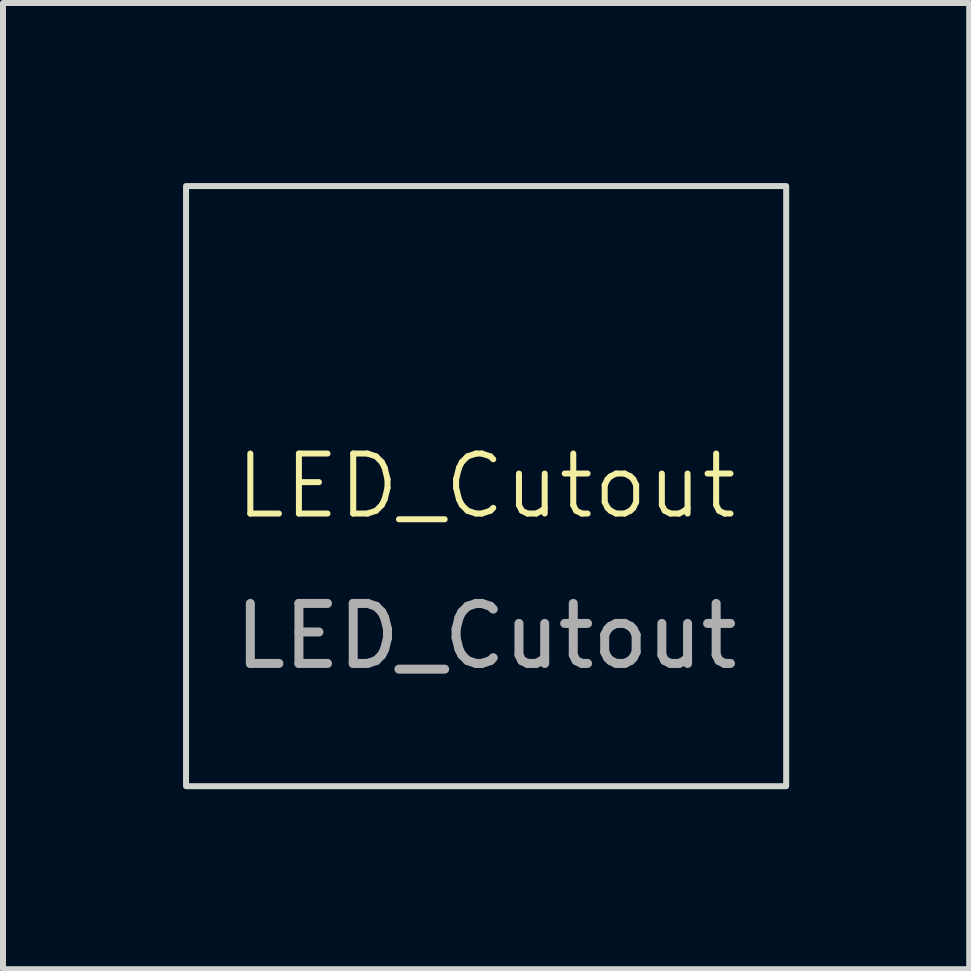
<source format=kicad_pcb>
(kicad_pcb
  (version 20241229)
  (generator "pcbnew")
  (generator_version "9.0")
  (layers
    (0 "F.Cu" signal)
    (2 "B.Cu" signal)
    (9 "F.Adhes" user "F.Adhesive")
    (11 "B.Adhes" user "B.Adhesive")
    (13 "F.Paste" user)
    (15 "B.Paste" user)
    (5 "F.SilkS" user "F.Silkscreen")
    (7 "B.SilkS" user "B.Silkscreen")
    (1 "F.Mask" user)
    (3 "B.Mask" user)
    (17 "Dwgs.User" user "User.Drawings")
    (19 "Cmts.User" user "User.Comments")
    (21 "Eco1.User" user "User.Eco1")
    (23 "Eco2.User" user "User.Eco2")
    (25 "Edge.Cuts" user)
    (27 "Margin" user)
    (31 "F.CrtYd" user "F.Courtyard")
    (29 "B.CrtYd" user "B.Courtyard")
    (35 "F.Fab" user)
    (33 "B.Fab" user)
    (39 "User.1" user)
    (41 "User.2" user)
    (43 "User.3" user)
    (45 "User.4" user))
  (footprint "LED_Cutout"
    (layer "F.Cu")
    (at 5.05 5.05)
    (property "Reference" "LED_Cutout" (at 0 0 0) (unlocked yes) (layer "F.SilkS") (effects (font (size 1 1) (thickness 0.1))))
    (attr through_hole)
    (fp_rect (start -5 -5) (end 5 5) (stroke (width 0.1) (type default)) (fill no) (layer "Edge.Cuts"))
    (fp_text user "${REFERENCE}" (at 0 2.5 0) (unlocked yes) (layer "F.Fab") (effects (font (size 1 1) (thickness 0.15)))))
  (gr_rect
    (start -3 -3)
    (end 13.1 13.1)
    (stroke (width 0.1) (type default))
    (fill no)
    (layer "Edge.Cuts")))
</source>
